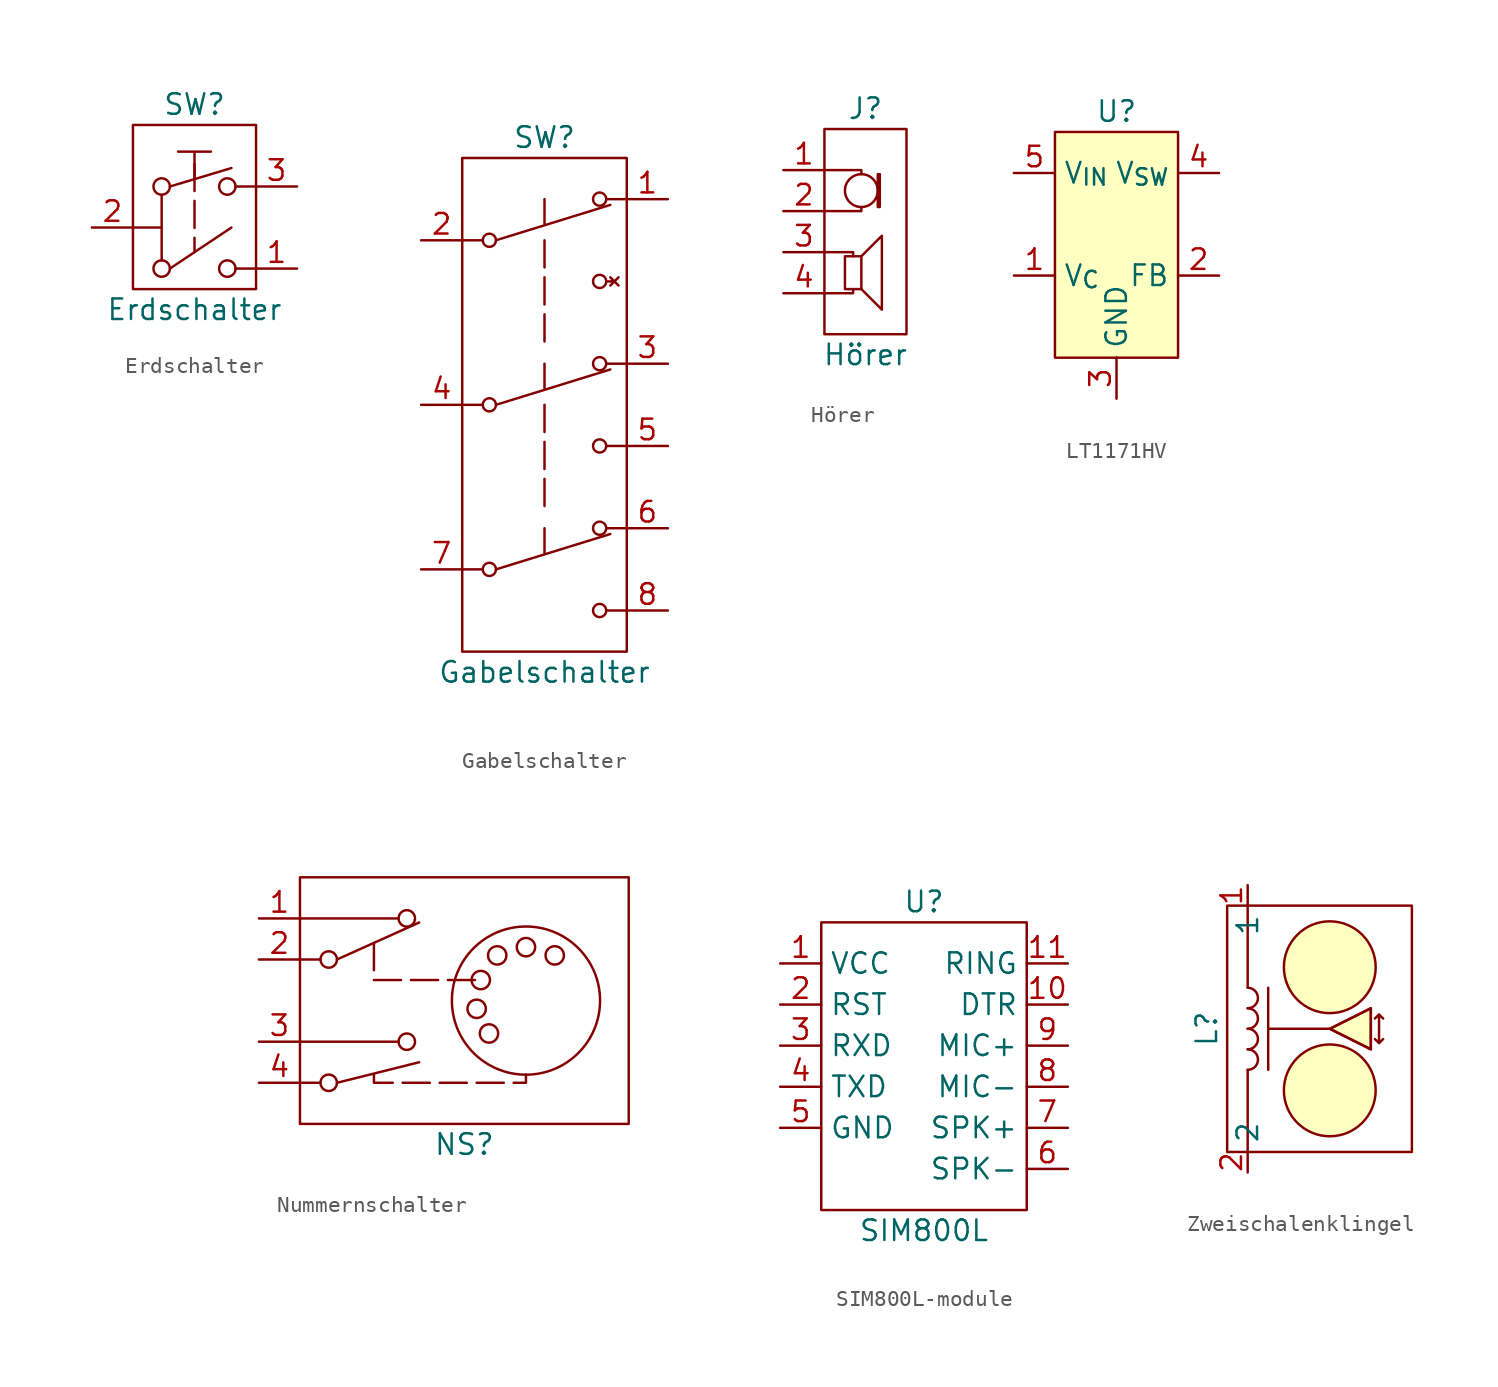
<source format=kicad_sym>
(kicad_symbol_lib
  (version 20231120)
  (generator "kicad_symbol_editor")
  (generator_version "8.0")
  (symbol "Erdschalter"
    (pin_names hide)
    (property "Reference" "SW"
      (at 0 10.16 0)
      (effects (font (size 1.27 1.27))))
    (property "Value" "Erdschalter"
      (at 0 -2.54 0)
      (effects (font (size 1.27 1.27))))
    (symbol "Erdschalter_0_1"
      (circle (center -2.032 0) (radius 0.508) (stroke (width 0) (type default)) (fill (type none)))
      (circle (center -2.032 5.08) (radius 0.508) (stroke (width 0) (type default)) (fill (type none)))
      (polyline (pts (xy -1.524 0) (xy 2.286 2.54)) (stroke (width 0) (type default)) (fill (type none)))
      (polyline (pts (xy -1.524 5.08) (xy 2.286 6.223)) (stroke (width 0) (type default)) (fill (type none)))
      (polyline (pts (xy 0 5.588) (xy 0 7.239) (xy -1.016 7.239) (xy 1.016 7.239)) (stroke (width 0) (type default)) (fill (type none)))
      (circle (center 2.032 0) (radius 0.508) (stroke (width 0) (type default)) (fill (type none)))
      (circle (center 2.032 5.08) (radius 0.508) (stroke (width 0) (type default)) (fill (type none))))
    (symbol "Erdschalter_1_1"
      (rectangle (start -3.81 8.89) (end 3.81 -1.27) (stroke (width 0) (type default)) (fill (type none)))
      (polyline (pts (xy -3.81 2.54) (xy -2.032 2.54)) (stroke (width 0) (type default)) (fill (type none)))
      (polyline (pts (xy -2.032 4.572) (xy -2.032 0.508)) (stroke (width 0) (type default)) (fill (type none)))
      (polyline (pts (xy 0 6.477) (xy 0 1.016)) (stroke (width 0) (type dash)) (fill (type none)))
      (polyline (pts (xy 3.81 0) (xy 2.54 0)) (stroke (width 0) (type default)) (fill (type none)))
      (polyline (pts (xy 3.81 5.08) (xy 2.54 5.08)) (stroke (width 0) (type default)) (fill (type none)))
      (pin passive line (at 6.35 0 180) (length 2.54) (name "A" (effects (font (size 1.27 1.27)))) (number "1" (effects (font (size 1.27 1.27)))))
      (pin passive line (at -6.35 2.54 0) (length 2.54) (name "B" (effects (font (size 1.27 1.27)))) (number "2" (effects (font (size 1.27 1.27)))))
      (pin passive line (at 6.35 5.08 180) (length 2.54) (name "C" (effects (font (size 1.27 1.27)))) (number "3" (effects (font (size 1.27 1.27)))))
      (pin no_connect line (at 0 0 180) (length 2.54) hide (name "NC" (effects (font (size 1.27 1.27)))) (number "4" (effects (font (size 1.27 1.27)))))))
  (symbol "Gabelschalter"
    (pin_names hide)
    (property "Reference" "SW"
      (at 0 16.51 0)
      (effects (font (size 1.27 1.27))))
    (property "Value" "Gabelschalter"
      (at 0 -16.51 0)
      (effects (font (size 1.27 1.27))))
    (symbol "Gabelschalter_0_1"
      (rectangle (start -5.08 15.24) (end 5.08 -15.24) (stroke (width 0) (type default)) (fill (type none))))
    (symbol "Gabelschalter_1_1"
      (circle (center -3.404 -10.16) (radius 0.406) (stroke (width 0) (type solid)) (fill (type none)))
      (circle (center -3.404 0) (radius 0.406) (stroke (width 0) (type solid)) (fill (type none)))
      (circle (center -3.404 10.16) (radius 0.406) (stroke (width 0) (type solid)) (fill (type none)))
      (polyline (pts (xy -5.08 0) (xy -3.81 0)) (stroke (width 0) (type solid)) (fill (type none)))
      (polyline (pts (xy -5.08 10.16) (xy -3.81 10.16)) (stroke (width 0) (type solid)) (fill (type none)))
      (polyline (pts (xy -3.81 -10.16) (xy -5.08 -10.16)) (stroke (width 0) (type solid)) (fill (type none)))
      (polyline (pts (xy -2.997 -10.16) (xy 4.064 -7.976)) (stroke (width 0) (type solid)) (fill (type none)))
      (polyline (pts (xy -2.997 0) (xy 4.064 2.184)) (stroke (width 0) (type solid)) (fill (type none)))
      (polyline (pts (xy -2.997 10.16) (xy 4.064 12.344)) (stroke (width 0) (type solid)) (fill (type none)))
      (polyline (pts (xy 0 -7.62) (xy 0 -9.144)) (stroke (width 0) (type solid)) (fill (type none)))
      (polyline (pts (xy 0 0) (xy 0 -6.604)) (stroke (width 0) (type dash)) (fill (type none)))
      (polyline (pts (xy 0 2.54) (xy 0 1.016)) (stroke (width 0) (type solid)) (fill (type none)))
      (polyline (pts (xy 0 10.16) (xy 0 3.556)) (stroke (width 0) (type dash)) (fill (type none)))
      (polyline (pts (xy 0 12.7) (xy 0 11.176)) (stroke (width 0) (type solid)) (fill (type none)))
      (polyline (pts (xy 5.08 -12.7) (xy 3.81 -12.7)) (stroke (width 0) (type solid)) (fill (type none)))
      (polyline (pts (xy 5.08 -7.62) (xy 3.81 -7.62)) (stroke (width 0) (type solid)) (fill (type none)))
      (polyline (pts (xy 5.08 -2.54) (xy 3.81 -2.54)) (stroke (width 0) (type solid)) (fill (type none)))
      (polyline (pts (xy 5.08 2.54) (xy 3.81 2.54)) (stroke (width 0) (type solid)) (fill (type none)))
      (polyline (pts (xy 5.08 12.7) (xy 3.81 12.7)) (stroke (width 0) (type solid)) (fill (type none)))
      (polyline (pts (xy 3.81 7.62) (xy 4.318 7.62) (xy 4.064 7.874) (xy 4.572 7.366) (xy 4.318 7.62) (xy 4.064 7.366) (xy 4.572 7.874)) (stroke (width 0) (type solid)) (fill (type none)))
      (circle (center 3.404 -12.7) (radius 0.406) (stroke (width 0) (type solid)) (fill (type none)))
      (circle (center 3.404 -7.62) (radius 0.406) (stroke (width 0) (type solid)) (fill (type none)))
      (circle (center 3.404 -2.54) (radius 0.406) (stroke (width 0) (type solid)) (fill (type none)))
      (circle (center 3.404 2.54) (radius 0.406) (stroke (width 0) (type solid)) (fill (type none)))
      (circle (center 3.404 7.62) (radius 0.406) (stroke (width 0) (type solid)) (fill (type none)))
      (circle (center 3.404 12.7) (radius 0.406) (stroke (width 0) (type solid)) (fill (type none)))
      (pin passive line (at 7.62 12.7 180) (length 2.54) (name "S1l" (effects (font (size 1.27 1.27)))) (number "1" (effects (font (size 1.27 1.27)))))
      (pin passive line (at -7.62 10.16 0) (length 2.54) (name "S1c" (effects (font (size 1.27 1.27)))) (number "2" (effects (font (size 1.27 1.27)))))
      (pin passive line (at 7.62 2.54 180) (length 2.54) (name "S2l" (effects (font (size 1.27 1.27)))) (number "3" (effects (font (size 1.27 1.27)))))
      (pin passive line (at -7.62 0 0) (length 2.54) (name "S2c" (effects (font (size 1.27 1.27)))) (number "4" (effects (font (size 1.27 1.27)))))
      (pin passive line (at 7.62 -2.54 180) (length 2.54) (name "S2r" (effects (font (size 1.27 1.27)))) (number "5" (effects (font (size 1.27 1.27)))))
      (pin passive line (at 7.62 -7.62 180) (length 2.54) (name "S3l" (effects (font (size 1.27 1.27)))) (number "6" (effects (font (size 1.27 1.27)))))
      (pin passive line (at -7.62 -10.16 0) (length 2.54) (name "S3c" (effects (font (size 1.27 1.27)))) (number "7" (effects (font (size 1.27 1.27)))))
      (pin passive line (at 7.62 -12.7 180) (length 2.54) (name "S3r" (effects (font (size 1.27 1.27)))) (number "8" (effects (font (size 1.27 1.27)))))))
  (symbol "Hörer"
    (pin_names hide)
    (property "Reference" "J"
      (at 0 7.62 0)
      (effects (font (size 1.27 1.27))))
    (property "Value" "Hörer"
      (at 0 -7.62 0)
      (effects (font (size 1.27 1.27))))
    (symbol "Hörer_0_1"
      (rectangle (start -2.54 6.35) (end 2.54 -6.35) (stroke (width 0) (type default)) (fill (type none)))
      (circle (center -0.254 2.54) (radius 1.016) (stroke (width 0) (type default)) (fill (type none)))
      (polyline (pts (xy -0.762 -3.556) (xy -0.762 -3.81) (xy -2.54 -3.81)) (stroke (width 0) (type default)) (fill (type none)))
      (polyline (pts (xy -0.762 -1.524) (xy -0.762 -1.27) (xy -2.54 -1.27)) (stroke (width 0) (type default)) (fill (type none)))
      (polyline (pts (xy -0.254 1.524) (xy -0.254 1.27) (xy -2.54 1.27)) (stroke (width 0) (type default)) (fill (type none)))
      (polyline (pts (xy -0.254 3.556) (xy -0.254 3.81) (xy -2.54 3.81)) (stroke (width 0) (type default)) (fill (type none)))
      (polyline (pts (xy -0.254 -1.524) (xy 1.016 -0.254) (xy 1.016 -4.826) (xy -0.254 -3.556)) (stroke (width 0) (type default)) (fill (type none)))
      (polyline (pts (xy -1.27 -1.524) (xy -1.27 -3.556) (xy -0.254 -3.556) (xy -0.254 -1.524) (xy -1.27 -1.524)) (stroke (width 0) (type default)) (fill (type none)))
      (polyline (pts (xy 0.762 3.556) (xy 0.762 1.524) (xy 0.889 1.524) (xy 0.889 3.556) (xy 0.762 3.556)) (stroke (width 0) (type default)) (fill (type none))))
    (symbol "Hörer_1_1"
      (pin input line (at -5.08 3.81 0) (length 2.54) (name "SPK+" (effects (font (size 1.27 1.27)))) (number "1" (effects (font (size 1.27 1.27)))))
      (pin input line (at -5.08 1.27 0) (length 2.54) (name "SPK-" (effects (font (size 1.27 1.27)))) (number "2" (effects (font (size 1.27 1.27)))))
      (pin input line (at -5.08 -1.27 0) (length 2.54) (name "MIC+" (effects (font (size 1.27 1.27)))) (number "3" (effects (font (size 1.27 1.27)))))
      (pin input line (at -5.08 -3.81 0) (length 2.54) (name "MIC-" (effects (font (size 1.27 1.27)))) (number "4" (effects (font (size 1.27 1.27)))))))
  (symbol "LT1171HV"
    (property "Reference" "U"
      (at 0 3.81 0)
      (effects (font (size 1.27 1.27))))
    (property "Value" ""
      (at 0 0 0)
      (effects (font (size 1.27 1.27))))
    (symbol "LT1171HV_1_1"
      (rectangle (start -3.81 2.54) (end 3.81 -11.43) (stroke (width 0) (type default)) (fill (type background)))
      (pin input line (at -6.35 -6.35 0) (length 2.54) (name "V_{C}" (effects (font (size 1.27 1.27)))) (number "1" (effects (font (size 1.27 1.27)))))
      (pin input line (at 6.35 -6.35 180) (length 2.54) (name "FB" (effects (font (size 1.27 1.27)))) (number "2" (effects (font (size 1.27 1.27)))))
      (pin input line (at 0 -13.97 90) (length 2.54) (name "GND" (effects (font (size 1.27 1.27)))) (number "3" (effects (font (size 1.27 1.27)))))
      (pin input line (at 6.35 0 180) (length 2.54) (name "V_{SW}" (effects (font (size 1.27 1.27)))) (number "4" (effects (font (size 1.27 1.27)))))
      (pin input line (at -6.35 0 0) (length 2.54) (name "V_{IN}" (effects (font (size 1.27 1.27)))) (number "5" (effects (font (size 1.27 1.27)))))))
  (symbol "Nummernschalter"
    (pin_names hide)
    (property "Reference" "NS"
      (at 0 -8.89 0)
      (effects (font (size 1.27 1.27))))
    (property "Value" ""
      (at -21.336 -3.81 0)
      (effects (font (size 1.27 1.27))))
    (symbol "Nummernschalter_0_1"
      (circle (center -8.382 -5.08) (radius 0.508) (stroke (width 0) (type default)) (fill (type none)))
      (circle (center -8.382 2.54) (radius 0.508) (stroke (width 0) (type default)) (fill (type none)))
      (circle (center -3.556 -2.54) (radius 0.508) (stroke (width 0) (type default)) (fill (type none)))
      (circle (center -3.556 5.08) (radius 0.508) (stroke (width 0) (type default)) (fill (type none)))
      (polyline (pts (xy -10.16 -5.08) (xy -8.89 -5.08)) (stroke (width 0) (type default)) (fill (type none)))
      (polyline (pts (xy -10.16 -2.54) (xy -4.064 -2.54)) (stroke (width 0) (type default)) (fill (type none)))
      (polyline (pts (xy -10.16 2.54) (xy -8.89 2.54)) (stroke (width 0) (type default)) (fill (type none)))
      (polyline (pts (xy -10.16 5.08) (xy -4.064 5.08)) (stroke (width 0) (type default)) (fill (type none)))
      (polyline (pts (xy -7.874 -5.08) (xy -2.794 -3.81)) (stroke (width 0) (type default)) (fill (type none)))
      (polyline (pts (xy -7.874 2.54) (xy -2.794 4.826)) (stroke (width 0) (type default)) (fill (type none)))
      (circle (center 0.762 -0.508) (radius 0.568) (stroke (width 0) (type default)) (fill (type none)))
      (circle (center 1.016 1.27) (radius 0.568) (stroke (width 0) (type default)) (fill (type none)))
      (circle (center 1.524 -2.032) (radius 0.568) (stroke (width 0) (type default)) (fill (type none)))
      (circle (center 2.032 2.794) (radius 0.568) (stroke (width 0) (type default)) (fill (type none)))
      (circle (center 3.81 0) (radius 4.579) (stroke (width 0) (type default)) (fill (type none)))
      (circle (center 3.81 3.302) (radius 0.568) (stroke (width 0) (type default)) (fill (type none)))
      (circle (center 5.588 2.794) (radius 0.568) (stroke (width 0) (type default)) (fill (type none))))
    (symbol "Nummernschalter_1_1"
      (rectangle (start -10.16 7.62) (end 10.16 -7.62) (stroke (width 0) (type default)) (fill (type none)))
      (polyline (pts (xy -5.588 3.556) (xy -5.588 1.27) (xy 1.016 1.27)) (stroke (width 0) (type dash)) (fill (type none)))
      (polyline (pts (xy -5.588 -4.572) (xy -5.588 -5.08) (xy 3.81 -5.08) (xy 3.81 -4.572)) (stroke (width 0) (type dash)) (fill (type none)))
      (pin passive line (at -12.7 5.08 0) (length 2.54) (name "N1" (effects (font (size 1.27 1.27)))) (number "1" (effects (font (size 1.27 1.27)))))
      (pin passive line (at -12.7 2.54 0) (length 2.54) (name "N2" (effects (font (size 1.27 1.27)))) (number "2" (effects (font (size 1.27 1.27)))))
      (pin passive line (at -12.7 -2.54 0) (length 2.54) (name "E1" (effects (font (size 1.27 1.27)))) (number "3" (effects (font (size 1.27 1.27)))))
      (pin passive line (at -12.7 -5.08 0) (length 2.54) (name "E2" (effects (font (size 1.27 1.27)))) (number "4" (effects (font (size 1.27 1.27)))))))
  (symbol "SIM800L-module"
    (property "Reference" "U"
      (at 0 11.43 0)
      (effects (font (size 1.27 1.27))))
    (property "Value" "SIM800L"
      (at 0 -8.89 0)
      (effects (font (size 1.27 1.27))))
    (symbol "SIM800L-module_0_1"
      (rectangle (start -6.35 10.16) (end 6.35 -7.62) (stroke (width 0) (type default)) (fill (type none))))
    (symbol "SIM800L-module_1_1"
      (pin power_in line (at -8.89 7.62 0) (length 2.54) (name "VCC" (effects (font (size 1.27 1.27)))) (number "1" (effects (font (size 1.27 1.27)))))
      (pin output line (at 8.89 5.08 180) (length 2.54) (name "DTR" (effects (font (size 1.27 1.27)))) (number "10" (effects (font (size 1.27 1.27)))))
      (pin output line (at 8.89 7.62 180) (length 2.54) (name "RING" (effects (font (size 1.27 1.27)))) (number "11" (effects (font (size 1.27 1.27)))))
      (pin input line (at -8.89 5.08 0) (length 2.54) (name "RST" (effects (font (size 1.27 1.27)))) (number "2" (effects (font (size 1.27 1.27)))))
      (pin input line (at -8.89 2.54 0) (length 2.54) (name "RXD" (effects (font (size 1.27 1.27)))) (number "3" (effects (font (size 1.27 1.27)))))
      (pin output line (at -8.89 0 0) (length 2.54) (name "TXD" (effects (font (size 1.27 1.27)))) (number "4" (effects (font (size 1.27 1.27)))))
      (pin power_in line (at -8.89 -2.54 0) (length 2.54) (name "GND" (effects (font (size 1.27 1.27)))) (number "5" (effects (font (size 1.27 1.27)))))
      (pin output line (at 8.89 -5.08 180) (length 2.54) (name "SPK-" (effects (font (size 1.27 1.27)))) (number "6" (effects (font (size 1.27 1.27)))))
      (pin output line (at 8.89 -2.54 180) (length 2.54) (name "SPK+" (effects (font (size 1.27 1.27)))) (number "7" (effects (font (size 1.27 1.27)))))
      (pin output line (at 8.89 0 180) (length 2.54) (name "MIC-" (effects (font (size 1.27 1.27)))) (number "8" (effects (font (size 1.27 1.27)))))
      (pin output line (at 8.89 2.54 180) (length 2.54) (name "MIC+" (effects (font (size 1.27 1.27)))) (number "9" (effects (font (size 1.27 1.27)))))))
  (symbol "Zweischalenklingel"
    (property "Reference" "L"
      (at -2.54 0 90)
      (effects (font (size 1.27 1.27))))
    (property "Value" ""
      (at 0 -6.35 0)
      (effects (font (size 1.27 1.27))))
    (symbol "Zweischalenklingel_0_1"
      (arc (start 0 -2.54) (mid 0.6323 -1.905) (end 0 -1.27) (stroke (width 0) (type default)) (fill (type none)))
      (arc (start 0 -1.27) (mid 0.6323 -0.635) (end 0 0) (stroke (width 0) (type default)) (fill (type none)))
      (polyline (pts (xy 1.27 2.54) (xy 1.27 -2.54)) (stroke (width 0) (type default)) (fill (type none)))
      (polyline (pts (xy 1.27 0) (xy 5.08 0) (xy 7.62 1.27) (xy 7.62 -1.27) (xy 5.08 0)) (stroke (width 0) (type default)) (fill (type none)))
      (arc (start 0 0) (mid 0.6323 0.635) (end 0 1.27) (stroke (width 0) (type default)) (fill (type none)))
      (arc (start 0 1.27) (mid 0.6323 1.905) (end 0 2.54) (stroke (width 0) (type default)) (fill (type none))))
    (symbol "Zweischalenklingel_1_1"
      (rectangle (start -1.27 7.62) (end 10.16 -7.62) (stroke (width 0) (type default)) (fill (type none)))
      (polyline (pts (xy 0 -2.54) (xy 0 -7.62)) (stroke (width 0) (type default)) (fill (type background)))
      (polyline (pts (xy 0 7.62) (xy 0 2.54)) (stroke (width 0) (type default)) (fill (type background)))
      (polyline (pts (xy 5.08 0) (xy 7.62 1.27) (xy 7.62 -1.27) (xy 5.08 0)) (stroke (width 0) (type default)) (fill (type background)))
      (polyline (pts (xy 8.128 -0.889) (xy 8.128 -0.889) (xy 7.874 -0.635) (xy 8.128 -0.889) (xy 8.382 -0.635) (xy 8.128 -0.889) (xy 8.128 0.889) (xy 7.874 0.635) (xy 8.128 0.889) (xy 8.382 0.635) (xy 8.128 0.889)) (stroke (width 0) (type default)) (fill (type none)))
      (circle (center 5.08 -3.81) (radius 2.84) (stroke (width 0) (type default)) (fill (type background)))
      (circle (center 5.08 3.81) (radius 2.84) (stroke (width 0) (type default)) (fill (type background)))
      (pin passive line (at 0 8.89 270) (length 1.27) (name "1" (effects (font (size 1.27 1.27)))) (number "1" (effects (font (size 1.27 1.27)))))
      (pin passive line (at 0 -8.89 90) (length 1.27) (name "2" (effects (font (size 1.27 1.27)))) (number "2" (effects (font (size 1.27 1.27))))))))
</source>
